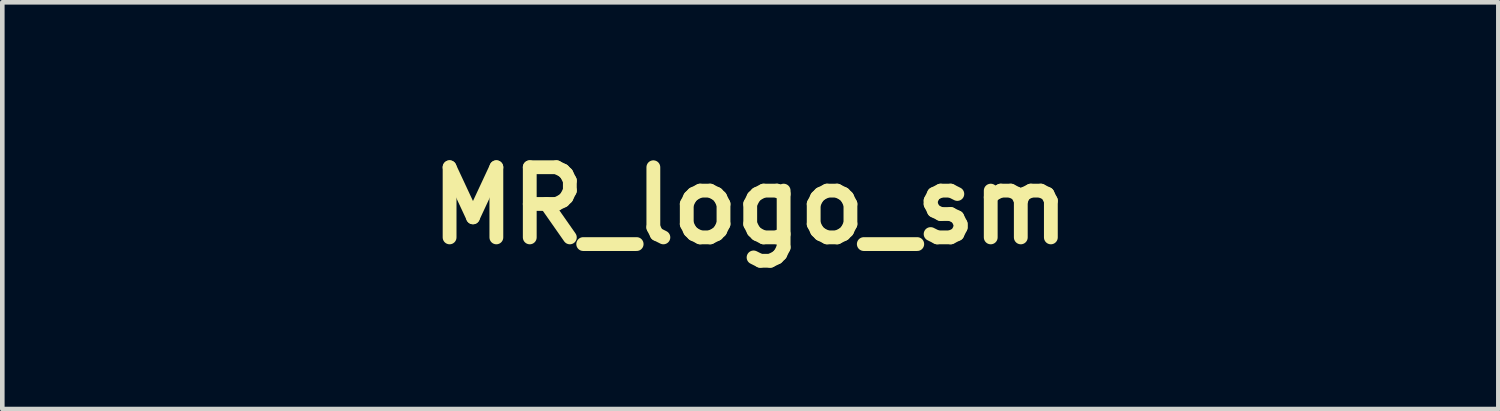
<source format=kicad_pcb>
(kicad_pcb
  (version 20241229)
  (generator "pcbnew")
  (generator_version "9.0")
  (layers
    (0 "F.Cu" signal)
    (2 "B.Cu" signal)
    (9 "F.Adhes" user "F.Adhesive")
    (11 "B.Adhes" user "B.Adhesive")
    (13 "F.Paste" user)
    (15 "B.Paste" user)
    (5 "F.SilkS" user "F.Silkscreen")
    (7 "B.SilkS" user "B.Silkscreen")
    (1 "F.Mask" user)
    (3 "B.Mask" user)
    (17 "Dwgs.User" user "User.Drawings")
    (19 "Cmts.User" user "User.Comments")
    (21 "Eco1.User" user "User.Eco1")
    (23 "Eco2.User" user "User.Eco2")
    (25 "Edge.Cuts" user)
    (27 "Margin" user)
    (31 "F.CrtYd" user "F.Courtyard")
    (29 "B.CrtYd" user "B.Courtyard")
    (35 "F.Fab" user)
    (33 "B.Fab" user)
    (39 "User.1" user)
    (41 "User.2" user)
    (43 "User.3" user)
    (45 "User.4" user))
  (footprint "MR_logo_sm"
    (layer "F.Cu")
    (at 13.249 1.418)
    (property "Reference" "MR_logo_sm" (at 0 0 0) (layer "F.SilkS") (effects (font (size 1.524 1.524) (thickness 0.3))))
    (attr board_only exclude_from_pos_files exclude_from_bom)
    (fp_poly (pts (xy -8.622 -0.887) (xy -8.595 -0.882) (xy -8.57 -0.871) (xy -8.544 -0.854) (xy -8.531 -0.843) (xy -8.505 -0.814) (xy -8.485 -0.78) (xy -8.473 -0.743) (xy -8.469 -0.703) (xy -8.473 -0.665) (xy -8.479 -0.646) (xy -8.499 -0.605) (xy -8.525 -0.572) (xy -8.559 -0.545) (xy -8.58 -0.533) (xy -8.596 -0.527) (xy -8.615 -0.523) (xy -8.639 -0.521) (xy -8.649 -0.52) (xy -8.67 -0.52) (xy -8.688 -0.52) (xy -8.7 -0.521) (xy -8.702 -0.521) (xy -8.747 -0.542) (xy -8.783 -0.569) (xy -8.811 -0.6) (xy -8.831 -0.637) (xy -8.831 -0.639) (xy -8.842 -0.681) (xy -8.844 -0.723) (xy -8.835 -0.763) (xy -8.818 -0.8) (xy -8.791 -0.834) (xy -8.765 -0.856) (xy -8.741 -0.872) (xy -8.717 -0.882) (xy -8.69 -0.887) (xy -8.657 -0.889) (xy -8.655 -0.889)) (stroke (width 0) (type solid)) (fill yes) (layer "F.Mask"))
    (fp_poly (pts (xy 9.971 -0.751) (xy 10.054 -0.751) (xy 10.107 -0.751) (xy 10.604 -0.749) (xy 10.606 -0.573) (xy 10.607 -0.396) (xy 9.977 -0.396) (xy 9.977 -0.147) (xy 10.263 -0.146) (xy 10.549 -0.145) (xy 10.549 0.201) (xy 9.977 0.203) (xy 9.977 0.467) (xy 10.617 0.467) (xy 10.616 0.644) (xy 10.615 0.82) (xy 10.112 0.821) (xy 10.041 0.821) (xy 9.973 0.821) (xy 9.909 0.821) (xy 9.849 0.821) (xy 9.794 0.821) (xy 9.744 0.821) (xy 9.701 0.821) (xy 9.664 0.821) (xy 9.636 0.82) (xy 9.616 0.82) (xy 9.604 0.82) (xy 9.602 0.82) (xy 9.602 0.814) (xy 9.601 0.799) (xy 9.6 0.776) (xy 9.599 0.744) (xy 9.598 0.705) (xy 9.598 0.659) (xy 9.597 0.606) (xy 9.597 0.549) (xy 9.596 0.486) (xy 9.596 0.419) (xy 9.596 0.349) (xy 9.596 0.277) (xy 9.595 0.202) (xy 9.595 0.125) (xy 9.595 0.048) (xy 9.595 -0.029) (xy 9.596 -0.106) (xy 9.596 -0.181) (xy 9.596 -0.255) (xy 9.596 -0.326) (xy 9.597 -0.394) (xy 9.597 -0.457) (xy 9.598 -0.517) (xy 9.598 -0.57) (xy 9.599 -0.618) (xy 9.599 -0.66) (xy 9.6 -0.694) (xy 9.601 -0.72) (xy 9.602 -0.737) (xy 9.603 -0.746) (xy 9.603 -0.746) (xy 9.607 -0.747) (xy 9.618 -0.748) (xy 9.635 -0.749) (xy 9.659 -0.749) (xy 9.69 -0.75) (xy 9.73 -0.75) (xy 9.777 -0.751) (xy 9.832 -0.751) (xy 9.897 -0.751)) (stroke (width 0) (type solid)) (fill yes) (layer "F.Mask"))
    (fp_poly (pts (xy -9.309 -0.518) (xy -9.262 -0.51) (xy -9.216 -0.496) (xy -9.19 -0.486) (xy -9.175 -0.48) (xy -9.16 -0.473) (xy -9.143 -0.464) (xy -9.121 -0.453) (xy -9.098 -0.44) (xy -9.069 -0.421) (xy -9.037 -0.395) (xy -9.004 -0.364) (xy -8.972 -0.331) (xy -8.944 -0.297) (xy -8.929 -0.276) (xy -8.901 -0.227) (xy -8.876 -0.173) (xy -8.857 -0.118) (xy -8.845 -0.066) (xy -8.844 -0.065) (xy -8.842 -0.041) (xy -8.84 -0.009) (xy -8.839 0.026) (xy -8.84 0.061) (xy -8.841 0.094) (xy -8.844 0.121) (xy -8.845 0.127) (xy -8.861 0.194) (xy -8.886 0.259) (xy -8.919 0.321) (xy -8.96 0.378) (xy -9.008 0.43) (xy -9.061 0.476) (xy -9.12 0.514) (xy -9.182 0.546) (xy -9.248 0.568) (xy -9.297 0.579) (xy -9.318 0.581) (xy -9.346 0.583) (xy -9.379 0.583) (xy -9.413 0.583) (xy -9.446 0.582) (xy -9.474 0.581) (xy -9.493 0.579) (xy -9.536 0.569) (xy -9.583 0.553) (xy -9.63 0.533) (xy -9.675 0.509) (xy -9.707 0.489) (xy -9.73 0.471) (xy -9.757 0.448) (xy -9.786 0.42) (xy -9.813 0.392) (xy -9.836 0.365) (xy -9.853 0.343) (xy -9.876 0.304) (xy -9.898 0.261) (xy -9.915 0.218) (xy -9.921 0.2) (xy -9.927 0.18) (xy -9.933 0.162) (xy -9.937 0.15) (xy -9.94 0.137) (xy -9.942 0.117) (xy -9.944 0.091) (xy -9.945 0.061) (xy -9.945 0.03) (xy -9.945 0.001) (xy -9.945 -0.025) (xy -9.943 -0.046) (xy -9.943 -0.051) (xy -9.929 -0.113) (xy -9.91 -0.171) (xy -9.882 -0.231) (xy -9.876 -0.241) (xy -9.838 -0.301) (xy -9.791 -0.355) (xy -9.737 -0.404) (xy -9.676 -0.446) (xy -9.644 -0.464) (xy -9.592 -0.488) (xy -9.54 -0.505) (xy -9.485 -0.516) (xy -9.424 -0.522) (xy -9.416 -0.522) (xy -9.359 -0.522)) (stroke (width 0) (type solid)) (fill yes) (layer "F.Mask"))
    (fp_poly (pts (xy -3.92 -0.718) (xy -3.904 -0.697) (xy -3.888 -0.675) (xy -3.874 -0.656) (xy -3.873 -0.655) (xy -3.865 -0.643) (xy -3.855 -0.629) (xy -3.842 -0.611) (xy -3.825 -0.588) (xy -3.804 -0.56) (xy -3.779 -0.526) (xy -3.748 -0.484) (xy -3.74 -0.473) (xy -3.726 -0.454) (xy -3.712 -0.434) (xy -3.702 -0.421) (xy -3.695 -0.41) (xy -3.682 -0.393) (xy -3.665 -0.37) (xy -3.646 -0.344) (xy -3.625 -0.315) (xy -3.612 -0.297) (xy -3.591 -0.269) (xy -3.572 -0.243) (xy -3.555 -0.22) (xy -3.542 -0.202) (xy -3.533 -0.19) (xy -3.531 -0.186) (xy -3.524 -0.178) (xy -3.514 -0.163) (xy -3.501 -0.145) (xy -3.491 -0.132) (xy -3.475 -0.109) (xy -3.455 -0.082) (xy -3.435 -0.055) (xy -3.423 -0.038) (xy -3.405 -0.014) (xy -3.386 0.011) (xy -3.369 0.034) (xy -3.359 0.048) (xy -3.347 0.064) (xy -3.337 0.078) (xy -3.332 0.087) (xy -3.331 0.089) (xy -3.331 0.084) (xy -3.331 0.071) (xy -3.33 0.049) (xy -3.33 0.018) (xy -3.33 -0.019) (xy -3.329 -0.063) (xy -3.329 -0.113) (xy -3.329 -0.167) (xy -3.328 -0.226) (xy -3.328 -0.289) (xy -3.327 -0.328) (xy -3.325 -0.749) (xy -2.954 -0.749) (xy -2.954 0.82) (xy -3.092 0.822) (xy -3.23 0.823) (xy -3.243 0.807) (xy -3.251 0.797) (xy -3.26 0.785) (xy -3.271 0.771) (xy -3.284 0.753) (xy -3.301 0.73) (xy -3.322 0.702) (xy -3.348 0.667) (xy -3.365 0.643) (xy -3.389 0.611) (xy -3.416 0.573) (xy -3.446 0.532) (xy -3.476 0.491) (xy -3.505 0.451) (xy -3.523 0.428) (xy -3.554 0.385) (xy -3.579 0.35) (xy -3.6 0.321) (xy -3.617 0.298) (xy -3.631 0.28) (xy -3.641 0.265) (xy -3.65 0.253) (xy -3.657 0.243) (xy -3.659 0.241) (xy -3.667 0.23) (xy -3.68 0.212) (xy -3.696 0.189) (xy -3.715 0.163) (xy -3.736 0.135) (xy -3.757 0.107) (xy -3.777 0.079) (xy -3.795 0.055) (xy -3.81 0.034) (xy -3.821 0.02) (xy -3.823 0.017) (xy -3.843 -0.01) (xy -3.848 0.82) (xy -4.031 0.821) (xy -4.073 0.821) (xy -4.112 0.821) (xy -4.147 0.821) (xy -4.177 0.821) (xy -4.2 0.821) (xy -4.214 0.82) (xy -4.22 0.82) (xy -4.221 0.817) (xy -4.222 0.811) (xy -4.223 0.801) (xy -4.223 0.786) (xy -4.224 0.765) (xy -4.224 0.739) (xy -4.225 0.707) (xy -4.225 0.669) (xy -4.226 0.624) (xy -4.226 0.572) (xy -4.226 0.512) (xy -4.226 0.445) (xy -4.226 0.369) (xy -4.226 0.284) (xy -4.227 0.19) (xy -4.227 0.087) (xy -4.227 0.036) (xy -4.227 -0.069) (xy -4.227 -0.164) (xy -4.226 -0.25) (xy -4.226 -0.327) (xy -4.226 -0.396) (xy -4.226 -0.457) (xy -4.226 -0.51) (xy -4.226 -0.557) (xy -4.225 -0.597) (xy -4.225 -0.631) (xy -4.225 -0.66) (xy -4.224 -0.684) (xy -4.224 -0.703) (xy -4.223 -0.718) (xy -4.223 -0.73) (xy -4.222 -0.738) (xy -4.221 -0.744) (xy -4.22 -0.747) (xy -4.219 -0.749) (xy -4.219 -0.749) (xy -4.211 -0.75) (xy -4.196 -0.75) (xy -4.173 -0.751) (xy -4.144 -0.751) (xy -4.11 -0.752) (xy -4.079 -0.752) (xy -3.948 -0.752)) (stroke (width 0) (type solid)) (fill yes) (layer "F.Mask"))
    (fp_poly (pts (xy -12.873 -0.74) (xy -12.865 -0.73) (xy -12.853 -0.712) (xy -12.837 -0.687) (xy -12.817 -0.655) (xy -12.813 -0.648) (xy -12.806 -0.636) (xy -12.795 -0.618) (xy -12.781 -0.596) (xy -12.765 -0.572) (xy -12.759 -0.561) (xy -12.74 -0.533) (xy -12.721 -0.502) (xy -12.702 -0.472) (xy -12.686 -0.446) (xy -12.684 -0.443) (xy -12.67 -0.42) (xy -12.656 -0.398) (xy -12.645 -0.38) (xy -12.638 -0.369) (xy -12.627 -0.352) (xy -12.615 -0.332) (xy -12.609 -0.323) (xy -12.597 -0.304) (xy -12.585 -0.284) (xy -12.579 -0.276) (xy -12.571 -0.263) (xy -12.559 -0.243) (xy -12.545 -0.222) (xy -12.535 -0.206) (xy -12.521 -0.184) (xy -12.507 -0.162) (xy -12.496 -0.145) (xy -12.491 -0.136) (xy -12.48 -0.119) (xy -12.468 -0.099) (xy -12.461 -0.088) (xy -12.452 -0.074) (xy -12.445 -0.064) (xy -12.442 -0.061) (xy -12.438 -0.065) (xy -12.43 -0.075) (xy -12.426 -0.083) (xy -12.418 -0.096) (xy -12.406 -0.116) (xy -12.393 -0.137) (xy -12.385 -0.148) (xy -12.37 -0.172) (xy -12.354 -0.198) (xy -12.339 -0.222) (xy -12.334 -0.229) (xy -12.32 -0.251) (xy -12.305 -0.276) (xy -12.291 -0.297) (xy -12.291 -0.298) (xy -12.279 -0.316) (xy -12.265 -0.339) (xy -12.249 -0.364) (xy -12.24 -0.378) (xy -12.224 -0.404) (xy -12.207 -0.432) (xy -12.19 -0.458) (xy -12.183 -0.469) (xy -12.171 -0.488) (xy -12.16 -0.506) (xy -12.151 -0.519) (xy -12.149 -0.523) (xy -12.144 -0.531) (xy -12.134 -0.547) (xy -12.121 -0.567) (xy -12.106 -0.592) (xy -12.089 -0.619) (xy -12.085 -0.625) (xy -12.068 -0.653) (xy -12.051 -0.68) (xy -12.036 -0.703) (xy -12.025 -0.721) (xy -12.017 -0.732) (xy -12.017 -0.733) (xy -12.003 -0.752) (xy -11.82 -0.751) (xy -11.636 -0.749) (xy -11.633 0.818) (xy -12.009 0.818) (xy -12.009 0.372) (xy -12.009 -0.073) (xy -12.021 -0.057) (xy -12.029 -0.044) (xy -12.041 -0.027) (xy -12.05 -0.012) (xy -12.061 0.005) (xy -12.075 0.028) (xy -12.091 0.054) (xy -12.108 0.08) (xy -12.124 0.106) (xy -12.137 0.128) (xy -12.147 0.144) (xy -12.149 0.146) (xy -12.157 0.159) (xy -12.168 0.176) (xy -12.177 0.191) (xy -12.187 0.208) (xy -12.201 0.23) (xy -12.216 0.254) (xy -12.225 0.268) (xy -12.239 0.289) (xy -12.252 0.31) (xy -12.262 0.326) (xy -12.267 0.334) (xy -12.274 0.345) (xy -12.285 0.363) (xy -12.299 0.385) (xy -12.314 0.409) (xy -12.317 0.414) (xy -12.332 0.438) (xy -12.347 0.461) (xy -12.359 0.481) (xy -12.368 0.495) (xy -12.369 0.497) (xy -12.387 0.526) (xy -12.4 0.547) (xy -12.41 0.562) (xy -12.418 0.571) (xy -12.424 0.576) (xy -12.431 0.578) (xy -12.438 0.578) (xy -12.442 0.578) (xy -12.451 0.577) (xy -12.458 0.575) (xy -12.465 0.571) (xy -12.472 0.562) (xy -12.482 0.549) (xy -12.494 0.53) (xy -12.511 0.504) (xy -12.531 0.471) (xy -12.552 0.437) (xy -12.573 0.403) (xy -12.593 0.372) (xy -12.611 0.344) (xy -12.625 0.322) (xy -12.635 0.306) (xy -12.647 0.288) (xy -12.658 0.27) (xy -12.664 0.259) (xy -12.672 0.246) (xy -12.683 0.228) (xy -12.696 0.209) (xy -12.698 0.206) (xy -12.71 0.186) (xy -12.721 0.168) (xy -12.73 0.154) (xy -12.731 0.152) (xy -12.737 0.141) (xy -12.748 0.124) (xy -12.761 0.103) (xy -12.774 0.084) (xy -12.791 0.057) (xy -12.811 0.026) (xy -12.829 -0.004) (xy -12.838 -0.019) (xy -12.87 -0.071) (xy -12.873 0.818) (xy -13.249 0.818) (xy -13.247 0.034) (xy -13.246 -0.749) (xy -13.065 -0.751) (xy -12.883 -0.752)) (stroke (width 0) (type solid)) (fill yes) (layer "F.Mask"))
    (fp_poly (pts (xy 12.36 -0.749) (xy 12.429 -0.749) (xy 12.488 -0.749) (xy 12.54 -0.749) (xy 12.583 -0.749) (xy 12.62 -0.748) (xy 12.65 -0.748) (xy 12.675 -0.747) (xy 12.696 -0.746) (xy 12.713 -0.745) (xy 12.727 -0.744) (xy 12.739 -0.743) (xy 12.749 -0.741) (xy 12.756 -0.74) (xy 12.813 -0.727) (xy 12.863 -0.711) (xy 12.911 -0.689) (xy 12.958 -0.662) (xy 12.97 -0.654) (xy 13.023 -0.614) (xy 13.071 -0.567) (xy 13.114 -0.515) (xy 13.149 -0.46) (xy 13.176 -0.402) (xy 13.186 -0.373) (xy 13.194 -0.35) (xy 13.199 -0.332) (xy 13.202 -0.317) (xy 13.204 -0.302) (xy 13.206 -0.283) (xy 13.208 -0.261) (xy 13.21 -0.19) (xy 13.203 -0.124) (xy 13.188 -0.062) (xy 13.164 -0.003) (xy 13.131 0.054) (xy 13.126 0.062) (xy 13.099 0.097) (xy 13.068 0.132) (xy 13.034 0.165) (xy 13 0.194) (xy 12.969 0.216) (xy 12.96 0.222) (xy 12.94 0.233) (xy 12.928 0.24) (xy 12.922 0.244) (xy 12.921 0.245) (xy 12.922 0.25) (xy 12.929 0.262) (xy 12.938 0.28) (xy 12.951 0.302) (xy 12.965 0.327) (xy 12.98 0.353) (xy 12.995 0.379) (xy 13.01 0.403) (xy 13.023 0.424) (xy 13.024 0.427) (xy 13.034 0.443) (xy 13.046 0.462) (xy 13.057 0.481) (xy 13.068 0.498) (xy 13.076 0.512) (xy 13.08 0.52) (xy 13.081 0.522) (xy 13.084 0.527) (xy 13.09 0.536) (xy 13.091 0.537) (xy 13.096 0.546) (xy 13.106 0.562) (xy 13.119 0.583) (xy 13.134 0.608) (xy 13.15 0.636) (xy 13.153 0.64) (xy 13.169 0.668) (xy 13.184 0.692) (xy 13.196 0.713) (xy 13.205 0.729) (xy 13.21 0.737) (xy 13.211 0.737) (xy 13.228 0.768) (xy 13.242 0.792) (xy 13.25 0.808) (xy 13.254 0.817) (xy 13.254 0.817) (xy 13.25 0.819) (xy 13.238 0.82) (xy 13.219 0.821) (xy 13.19 0.822) (xy 13.153 0.823) (xy 13.106 0.823) (xy 13.056 0.823) (xy 12.858 0.823) (xy 12.845 0.802) (xy 12.834 0.786) (xy 12.825 0.77) (xy 12.822 0.765) (xy 12.808 0.742) (xy 12.794 0.717) (xy 12.78 0.694) (xy 12.768 0.674) (xy 12.76 0.659) (xy 12.756 0.653) (xy 12.75 0.644) (xy 12.741 0.629) (xy 12.729 0.609) (xy 12.716 0.586) (xy 12.715 0.584) (xy 12.702 0.561) (xy 12.689 0.54) (xy 12.679 0.522) (xy 12.672 0.511) (xy 12.672 0.511) (xy 12.665 0.499) (xy 12.655 0.481) (xy 12.642 0.46) (xy 12.636 0.449) (xy 12.62 0.423) (xy 12.603 0.394) (xy 12.587 0.366) (xy 12.582 0.358) (xy 12.554 0.312) (xy 12.385 0.31) (xy 12.383 0.82) (xy 12.198 0.822) (xy 12.148 0.822) (xy 12.107 0.822) (xy 12.075 0.822) (xy 12.05 0.821) (xy 12.032 0.821) (xy 12.02 0.82) (xy 12.014 0.818) (xy 12.011 0.817) (xy 12.011 0.811) (xy 12.011 0.796) (xy 12.011 0.771) (xy 12.011 0.738) (xy 12.01 0.698) (xy 12.01 0.649) (xy 12.01 0.594) (xy 12.01 0.533) (xy 12.01 0.466) (xy 12.01 0.394) (xy 12.01 0.317) (xy 12.01 0.236) (xy 12.01 0.152) (xy 12.01 0.065) (xy 12.01 0.03) (xy 12.011 -0.406) (xy 12.385 -0.406) (xy 12.385 -0.015) (xy 12.549 -0.016) (xy 12.713 -0.018) (xy 12.737 -0.032) (xy 12.753 -0.043) (xy 12.771 -0.059) (xy 12.786 -0.074) (xy 12.801 -0.092) (xy 12.811 -0.108) (xy 12.819 -0.129) (xy 12.824 -0.144) (xy 12.833 -0.176) (xy 12.836 -0.203) (xy 12.835 -0.229) (xy 12.829 -0.258) (xy 12.825 -0.272) (xy 12.808 -0.313) (xy 12.784 -0.347) (xy 12.753 -0.374) (xy 12.715 -0.393) (xy 12.706 -0.397) (xy 12.696 -0.399) (xy 12.686 -0.402) (xy 12.674 -0.403) (xy 12.658 -0.405) (xy 12.637 -0.405) (xy 12.61 -0.406) (xy 12.576 -0.406) (xy 12.533 -0.406) (xy 12.531 -0.406) (xy 12.385 -0.406) (xy 12.011 -0.406) (xy 12.012 -0.749)) (stroke (width 0) (type solid)) (fill yes) (layer "F.Mask"))
    (fp_poly (pts (xy -1.143 -0.749) (xy -1.074 -0.749) (xy -1.014 -0.749) (xy -0.963 -0.749) (xy -0.92 -0.749) (xy -0.883 -0.748) (xy -0.853 -0.748) (xy -0.828 -0.747) (xy -0.807 -0.746) (xy -0.79 -0.745) (xy -0.776 -0.744) (xy -0.764 -0.743) (xy -0.753 -0.741) (xy -0.747 -0.74) (xy -0.674 -0.722) (xy -0.608 -0.697) (xy -0.547 -0.664) (xy -0.49 -0.623) (xy -0.45 -0.587) (xy -0.407 -0.539) (xy -0.371 -0.489) (xy -0.341 -0.435) (xy -0.317 -0.374) (xy -0.302 -0.327) (xy -0.299 -0.309) (xy -0.296 -0.285) (xy -0.295 -0.256) (xy -0.294 -0.224) (xy -0.293 -0.194) (xy -0.294 -0.167) (xy -0.295 -0.158) (xy -0.304 -0.101) (xy -0.319 -0.049) (xy -0.341 0.002) (xy -0.371 0.053) (xy -0.376 0.061) (xy -0.405 0.098) (xy -0.437 0.135) (xy -0.472 0.169) (xy -0.507 0.198) (xy -0.54 0.22) (xy -0.543 0.222) (xy -0.558 0.23) (xy -0.571 0.237) (xy -0.572 0.238) (xy -0.58 0.244) (xy -0.581 0.251) (xy -0.578 0.256) (xy -0.573 0.265) (xy -0.564 0.282) (xy -0.551 0.303) (xy -0.536 0.328) (xy -0.521 0.355) (xy -0.506 0.381) (xy -0.491 0.404) (xy -0.479 0.424) (xy -0.471 0.438) (xy -0.47 0.439) (xy -0.458 0.459) (xy -0.445 0.481) (xy -0.439 0.49) (xy -0.43 0.506) (xy -0.422 0.519) (xy -0.419 0.524) (xy -0.414 0.533) (xy -0.406 0.547) (xy -0.396 0.564) (xy -0.395 0.565) (xy -0.383 0.584) (xy -0.372 0.604) (xy -0.363 0.617) (xy -0.355 0.632) (xy -0.343 0.651) (xy -0.331 0.671) (xy -0.33 0.673) (xy -0.319 0.693) (xy -0.307 0.713) (xy -0.298 0.728) (xy -0.297 0.729) (xy -0.28 0.758) (xy -0.266 0.782) (xy -0.256 0.801) (xy -0.25 0.813) (xy -0.249 0.817) (xy -0.253 0.819) (xy -0.264 0.82) (xy -0.284 0.821) (xy -0.312 0.822) (xy -0.35 0.823) (xy -0.397 0.823) (xy -0.447 0.823) (xy -0.645 0.823) (xy -0.658 0.802) (xy -0.668 0.786) (xy -0.678 0.77) (xy -0.68 0.765) (xy -0.694 0.742) (xy -0.709 0.717) (xy -0.722 0.694) (xy -0.734 0.674) (xy -0.743 0.659) (xy -0.747 0.653) (xy -0.752 0.644) (xy -0.761 0.629) (xy -0.773 0.609) (xy -0.786 0.586) (xy -0.787 0.584) (xy -0.801 0.561) (xy -0.814 0.54) (xy -0.824 0.522) (xy -0.83 0.511) (xy -0.831 0.511) (xy -0.838 0.498) (xy -0.849 0.48) (xy -0.86 0.461) (xy -0.862 0.457) (xy -0.873 0.438) (xy -0.882 0.423) (xy -0.888 0.413) (xy -0.889 0.411) (xy -0.894 0.404) (xy -0.902 0.39) (xy -0.913 0.372) (xy -0.921 0.358) (xy -0.948 0.312) (xy -1.118 0.31) (xy -1.12 0.82) (xy -1.304 0.822) (xy -1.355 0.822) (xy -1.396 0.822) (xy -1.428 0.822) (xy -1.453 0.821) (xy -1.471 0.821) (xy -1.482 0.82) (xy -1.489 0.818) (xy -1.491 0.817) (xy -1.491 0.811) (xy -1.492 0.796) (xy -1.492 0.771) (xy -1.492 0.738) (xy -1.492 0.698) (xy -1.492 0.649) (xy -1.492 0.594) (xy -1.493 0.533) (xy -1.493 0.466) (xy -1.493 0.394) (xy -1.493 0.317) (xy -1.493 0.236) (xy -1.492 0.152) (xy -1.492 0.065) (xy -1.492 0.03) (xy -1.492 -0.406) (xy -1.118 -0.406) (xy -1.118 -0.015) (xy -0.954 -0.016) (xy -0.79 -0.018) (xy -0.766 -0.032) (xy -0.75 -0.043) (xy -0.732 -0.059) (xy -0.717 -0.074) (xy -0.702 -0.092) (xy -0.692 -0.108) (xy -0.683 -0.129) (xy -0.678 -0.144) (xy -0.67 -0.176) (xy -0.666 -0.203) (xy -0.668 -0.229) (xy -0.674 -0.258) (xy -0.678 -0.272) (xy -0.695 -0.313) (xy -0.719 -0.347) (xy -0.75 -0.374) (xy -0.788 -0.393) (xy -0.797 -0.397) (xy -0.806 -0.399) (xy -0.817 -0.402) (xy -0.829 -0.403) (xy -0.845 -0.405) (xy -0.866 -0.405) (xy -0.893 -0.406) (xy -0.927 -0.406) (xy -0.97 -0.406) (xy -0.972 -0.406) (xy -1.118 -0.406) (xy -1.492 -0.406) (xy -1.491 -0.749)) (stroke (width 0) (type solid)) (fill yes) (layer "F.Mask"))
    (fp_poly (pts (xy 4.955 -0.752) (xy 4.997 -0.752) (xy 5.035 -0.751) (xy 5.07 -0.751) (xy 5.098 -0.75) (xy 5.121 -0.749) (xy 5.135 -0.748) (xy 5.14 -0.748) (xy 5.141 -0.745) (xy 5.141 -0.739) (xy 5.142 -0.728) (xy 5.143 -0.713) (xy 5.143 -0.693) (xy 5.144 -0.667) (xy 5.144 -0.636) (xy 5.144 -0.598) (xy 5.145 -0.553) (xy 5.145 -0.501) (xy 5.145 -0.442) (xy 5.145 -0.374) (xy 5.145 -0.299) (xy 5.145 -0.215) (xy 5.145 -0.121) (xy 5.145 -0.018) (xy 5.145 0.038) (xy 5.144 0.82) (xy 4.864 0.823) (xy 4.803 0.741) (xy 4.784 0.715) (xy 4.766 0.691) (xy 4.751 0.671) (xy 4.74 0.655) (xy 4.734 0.646) (xy 4.733 0.646) (xy 4.726 0.634) (xy 4.714 0.619) (xy 4.705 0.607) (xy 4.695 0.593) (xy 4.681 0.573) (xy 4.664 0.55) (xy 4.646 0.526) (xy 4.641 0.519) (xy 4.622 0.493) (xy 4.603 0.467) (xy 4.586 0.444) (xy 4.572 0.425) (xy 4.569 0.422) (xy 4.56 0.408) (xy 4.545 0.388) (xy 4.526 0.362) (xy 4.505 0.333) (xy 4.482 0.302) (xy 4.459 0.271) (xy 4.433 0.235) (xy 4.405 0.197) (xy 4.378 0.159) (xy 4.351 0.123) (xy 4.328 0.091) (xy 4.315 0.074) (xy 4.297 0.049) (xy 4.281 0.026) (xy 4.267 0.008) (xy 4.258 -0.005) (xy 4.253 -0.011) (xy 4.253 -0.011) (xy 4.252 -0.007) (xy 4.252 0.007) (xy 4.251 0.029) (xy 4.251 0.06) (xy 4.251 0.097) (xy 4.251 0.141) (xy 4.251 0.191) (xy 4.251 0.246) (xy 4.251 0.305) (xy 4.251 0.367) (xy 4.251 0.397) (xy 4.251 0.477) (xy 4.251 0.548) (xy 4.251 0.609) (xy 4.251 0.662) (xy 4.251 0.706) (xy 4.25 0.742) (xy 4.25 0.77) (xy 4.249 0.791) (xy 4.248 0.806) (xy 4.247 0.814) (xy 4.246 0.816) (xy 4.243 0.818) (xy 4.236 0.819) (xy 4.225 0.821) (xy 4.208 0.822) (xy 4.185 0.822) (xy 4.154 0.823) (xy 4.116 0.823) (xy 4.068 0.823) (xy 4.059 0.823) (xy 4.017 0.823) (xy 3.978 0.823) (xy 3.944 0.822) (xy 3.915 0.822) (xy 3.893 0.821) (xy 3.879 0.82) (xy 3.874 0.82) (xy 3.874 0.814) (xy 3.874 0.799) (xy 3.873 0.775) (xy 3.873 0.743) (xy 3.873 0.702) (xy 3.872 0.654) (xy 3.872 0.599) (xy 3.872 0.538) (xy 3.872 0.472) (xy 3.871 0.4) (xy 3.871 0.323) (xy 3.871 0.242) (xy 3.871 0.158) (xy 3.871 0.071) (xy 3.871 0.035) (xy 3.871 -0.747) (xy 3.882 -0.749) (xy 3.89 -0.75) (xy 3.907 -0.751) (xy 3.931 -0.751) (xy 3.961 -0.751) (xy 3.994 -0.751) (xy 4.023 -0.751) (xy 4.153 -0.749) (xy 4.183 -0.708) (xy 4.197 -0.69) (xy 4.214 -0.666) (xy 4.235 -0.638) (xy 4.255 -0.61) (xy 4.27 -0.59) (xy 4.291 -0.56) (xy 4.317 -0.526) (xy 4.344 -0.489) (xy 4.37 -0.453) (xy 4.39 -0.426) (xy 4.41 -0.398) (xy 4.43 -0.371) (xy 4.448 -0.347) (xy 4.462 -0.328) (xy 4.471 -0.314) (xy 4.473 -0.312) (xy 4.484 -0.297) (xy 4.499 -0.277) (xy 4.515 -0.255) (xy 4.525 -0.241) (xy 4.543 -0.217) (xy 4.563 -0.189) (xy 4.582 -0.164) (xy 4.59 -0.153) (xy 4.606 -0.131) (xy 4.622 -0.109) (xy 4.636 -0.09) (xy 4.641 -0.084) (xy 4.651 -0.069) (xy 4.666 -0.049) (xy 4.683 -0.025) (xy 4.701 -0.001) (xy 4.704 0.003) (xy 4.72 0.025) (xy 4.735 0.046) (xy 4.748 0.062) (xy 4.756 0.073) (xy 4.757 0.075) (xy 4.768 0.087) (xy 4.766 -0.325) (xy 4.766 -0.406) (xy 4.766 -0.477) (xy 4.766 -0.539) (xy 4.766 -0.591) (xy 4.766 -0.635) (xy 4.767 -0.671) (xy 4.767 -0.7) (xy 4.768 -0.721) (xy 4.769 -0.735) (xy 4.77 -0.743) (xy 4.771 -0.745) (xy 4.774 -0.747) (xy 4.781 -0.748) (xy 4.793 -0.75) (xy 4.81 -0.75) (xy 4.833 -0.751) (xy 4.864 -0.751) (xy 4.903 -0.752) (xy 4.952 -0.752)) (stroke (width 0) (type solid)) (fill yes) (layer "F.Mask"))
    (fp_poly (pts (xy 7.436 -0.776) (xy 7.469 -0.775) (xy 7.499 -0.772) (xy 7.529 -0.768) (xy 7.561 -0.762) (xy 7.574 -0.76) (xy 7.595 -0.755) (xy 7.619 -0.749) (xy 7.643 -0.742) (xy 7.667 -0.735) (xy 7.686 -0.729) (xy 7.7 -0.724) (xy 7.704 -0.721) (xy 7.712 -0.717) (xy 7.722 -0.714) (xy 7.753 -0.702) (xy 7.79 -0.684) (xy 7.83 -0.661) (xy 7.872 -0.634) (xy 7.912 -0.605) (xy 7.95 -0.575) (xy 7.984 -0.546) (xy 7.991 -0.539) (xy 8.008 -0.521) (xy 8.026 -0.501) (xy 8.043 -0.48) (xy 8.059 -0.46) (xy 8.072 -0.442) (xy 8.082 -0.427) (xy 8.087 -0.418) (xy 8.087 -0.415) (xy 8.081 -0.412) (xy 8.075 -0.408) (xy 8.061 -0.4) (xy 8.054 -0.397) (xy 8.047 -0.393) (xy 8.032 -0.385) (xy 8.011 -0.373) (xy 7.985 -0.359) (xy 7.956 -0.343) (xy 7.932 -0.329) (xy 7.901 -0.312) (xy 7.873 -0.296) (xy 7.849 -0.282) (xy 7.83 -0.271) (xy 7.817 -0.265) (xy 7.813 -0.262) (xy 7.803 -0.257) (xy 7.793 -0.251) (xy 7.779 -0.245) (xy 7.768 -0.246) (xy 7.757 -0.256) (xy 7.751 -0.264) (xy 7.736 -0.282) (xy 7.713 -0.303) (xy 7.687 -0.325) (xy 7.658 -0.345) (xy 7.629 -0.362) (xy 7.626 -0.364) (xy 7.567 -0.39) (xy 7.502 -0.408) (xy 7.433 -0.419) (xy 7.361 -0.42) (xy 7.342 -0.42) (xy 7.31 -0.417) (xy 7.28 -0.414) (xy 7.256 -0.41) (xy 7.237 -0.406) (xy 7.227 -0.402) (xy 7.226 -0.402) (xy 7.218 -0.398) (xy 7.206 -0.394) (xy 7.178 -0.384) (xy 7.145 -0.368) (xy 7.109 -0.345) (xy 7.072 -0.318) (xy 7.062 -0.311) (xy 7.043 -0.293) (xy 7.022 -0.269) (xy 7 -0.242) (xy 6.98 -0.215) (xy 6.964 -0.189) (xy 6.96 -0.181) (xy 6.941 -0.135) (xy 6.926 -0.083) (xy 6.915 -0.03) (xy 6.911 0.023) (xy 6.912 0.067) (xy 6.915 0.1) (xy 6.917 0.125) (xy 6.92 0.144) (xy 6.923 0.159) (xy 6.926 0.173) (xy 6.93 0.185) (xy 6.955 0.246) (xy 6.986 0.299) (xy 7.025 0.347) (xy 7.072 0.39) (xy 7.072 0.39) (xy 7.095 0.408) (xy 7.116 0.422) (xy 7.139 0.435) (xy 7.167 0.449) (xy 7.186 0.458) (xy 7.223 0.471) (xy 7.268 0.482) (xy 7.322 0.489) (xy 7.381 0.492) (xy 7.407 0.493) (xy 7.454 0.492) (xy 7.493 0.49) (xy 7.527 0.486) (xy 7.556 0.481) (xy 7.582 0.474) (xy 7.599 0.469) (xy 7.618 0.461) (xy 7.638 0.453) (xy 7.655 0.446) (xy 7.667 0.44) (xy 7.671 0.437) (xy 7.676 0.433) (xy 7.687 0.425) (xy 7.698 0.417) (xy 7.732 0.391) (xy 7.76 0.361) (xy 7.785 0.325) (xy 7.804 0.291) (xy 7.817 0.264) (xy 7.391 0.264) (xy 7.391 -0.056) (xy 8.204 -0.056) (xy 8.204 0.037) (xy 8.202 0.11) (xy 8.198 0.175) (xy 8.191 0.233) (xy 8.181 0.287) (xy 8.167 0.338) (xy 8.15 0.388) (xy 8.128 0.438) (xy 8.12 0.453) (xy 8.08 0.522) (xy 8.031 0.587) (xy 7.975 0.646) (xy 7.911 0.698) (xy 7.841 0.744) (xy 7.766 0.782) (xy 7.729 0.797) (xy 7.69 0.811) (xy 7.652 0.822) (xy 7.613 0.832) (xy 7.571 0.84) (xy 7.521 0.848) (xy 7.518 0.848) (xy 7.502 0.85) (xy 7.477 0.851) (xy 7.447 0.852) (xy 7.414 0.852) (xy 7.381 0.852) (xy 7.348 0.852) (xy 7.32 0.851) (xy 7.298 0.849) (xy 7.287 0.848) (xy 7.229 0.839) (xy 7.179 0.829) (xy 7.133 0.817) (xy 7.089 0.804) (xy 7.045 0.787) (xy 7.019 0.776) (xy 6.949 0.742) (xy 6.882 0.698) (xy 6.817 0.648) (xy 6.757 0.592) (xy 6.703 0.531) (xy 6.656 0.466) (xy 6.617 0.4) (xy 6.605 0.376) (xy 6.595 0.352) (xy 6.587 0.335) (xy 6.582 0.323) (xy 6.578 0.311) (xy 6.574 0.299) (xy 6.569 0.283) (xy 6.568 0.282) (xy 6.547 0.197) (xy 6.536 0.109) (xy 6.533 0.019) (xy 6.541 -0.073) (xy 6.55 -0.13) (xy 6.57 -0.21) (xy 6.6 -0.288) (xy 6.638 -0.362) (xy 6.685 -0.433) (xy 6.739 -0.499) (xy 6.799 -0.56) (xy 6.866 -0.615) (xy 6.939 -0.663) (xy 7.016 -0.704) (xy 7.098 -0.736) (xy 7.099 -0.737) (xy 7.142 -0.75) (xy 7.185 -0.76) (xy 7.228 -0.767) (xy 7.276 -0.772) (xy 7.33 -0.775) (xy 7.353 -0.776) (xy 7.398 -0.776)) (stroke (width 0) (type solid)) (fill yes) (layer "F.Mask"))
    (fp_poly (pts (xy -6.357 -0.773) (xy -6.302 -0.767) (xy -6.25 -0.757) (xy -6.198 -0.743) (xy -6.146 -0.725) (xy -6.129 -0.719) (xy -6.053 -0.684) (xy -5.98 -0.64) (xy -5.911 -0.588) (xy -5.847 -0.529) (xy -5.789 -0.464) (xy -5.742 -0.401) (xy -5.726 -0.374) (xy -5.707 -0.341) (xy -5.688 -0.304) (xy -5.671 -0.266) (xy -5.669 -0.262) (xy -5.662 -0.243) (xy -5.654 -0.217) (xy -5.645 -0.186) (xy -5.637 -0.153) (xy -5.63 -0.12) (xy -5.629 -0.112) (xy -5.622 -0.063) (xy -5.618 -0.008) (xy -5.617 0.05) (xy -5.619 0.107) (xy -5.625 0.16) (xy -5.628 0.183) (xy -5.634 0.21) (xy -5.64 0.239) (xy -5.648 0.267) (xy -5.655 0.293) (xy -5.661 0.314) (xy -5.667 0.328) (xy -5.669 0.333) (xy -5.673 0.341) (xy -5.678 0.354) (xy -5.679 0.356) (xy -5.688 0.379) (xy -5.703 0.408) (xy -5.721 0.44) (xy -5.742 0.473) (xy -5.764 0.505) (xy -5.779 0.526) (xy -5.794 0.543) (xy -5.813 0.565) (xy -5.835 0.589) (xy -5.859 0.613) (xy -5.882 0.635) (xy -5.902 0.654) (xy -5.918 0.668) (xy -5.921 0.671) (xy -5.95 0.692) (xy -5.973 0.708) (xy -5.994 0.722) (xy -6.016 0.735) (xy -6.035 0.746) (xy -6.059 0.76) (xy -6.077 0.769) (xy -6.089 0.776) (xy -6.1 0.781) (xy -6.109 0.785) (xy -6.12 0.789) (xy -6.132 0.794) (xy -6.168 0.807) (xy -6.202 0.818) (xy -6.239 0.827) (xy -6.279 0.836) (xy -6.326 0.845) (xy -6.347 0.849) (xy -6.363 0.85) (xy -6.386 0.851) (xy -6.415 0.852) (xy -6.447 0.852) (xy -6.48 0.852) (xy -6.511 0.852) (xy -6.538 0.851) (xy -6.559 0.849) (xy -6.568 0.848) (xy -6.633 0.837) (xy -6.687 0.825) (xy -6.731 0.812) (xy -6.765 0.8) (xy -6.777 0.795) (xy -6.784 0.793) (xy -6.785 0.792) (xy -6.792 0.79) (xy -6.806 0.784) (xy -6.825 0.775) (xy -6.847 0.763) (xy -6.87 0.751) (xy -6.891 0.74) (xy -6.91 0.729) (xy -6.923 0.721) (xy -6.929 0.717) (xy -6.934 0.713) (xy -6.946 0.705) (xy -6.961 0.694) (xy -6.962 0.693) (xy -6.976 0.683) (xy -6.995 0.667) (xy -7.017 0.647) (xy -7.041 0.625) (xy -7.062 0.605) (xy -7.108 0.555) (xy -7.148 0.508) (xy -7.181 0.46) (xy -7.21 0.408) (xy -7.233 0.36) (xy -7.24 0.345) (xy -7.243 0.335) (xy -7.244 0.333) (xy -7.246 0.326) (xy -7.251 0.315) (xy -7.251 0.313) (xy -7.259 0.293) (xy -7.267 0.266) (xy -7.275 0.234) (xy -7.282 0.2) (xy -7.287 0.168) (xy -7.29 0.15) (xy -7.293 0.109) (xy -7.295 0.064) (xy -7.295 0.05) (xy -6.918 0.05) (xy -6.916 0.095) (xy -6.911 0.137) (xy -6.907 0.16) (xy -6.889 0.215) (xy -6.863 0.269) (xy -6.829 0.32) (xy -6.789 0.366) (xy -6.743 0.406) (xy -6.694 0.439) (xy -6.668 0.452) (xy -6.637 0.465) (xy -6.609 0.475) (xy -6.582 0.482) (xy -6.555 0.487) (xy -6.524 0.49) (xy -6.487 0.491) (xy -6.443 0.491) (xy -6.441 0.491) (xy -6.407 0.49) (xy -6.381 0.489) (xy -6.361 0.488) (xy -6.345 0.486) (xy -6.33 0.483) (xy -6.316 0.479) (xy -6.308 0.476) (xy -6.253 0.455) (xy -6.204 0.43) (xy -6.161 0.399) (xy -6.13 0.371) (xy -6.086 0.324) (xy -6.052 0.275) (xy -6.026 0.222) (xy -6.008 0.164) (xy -5.998 0.101) (xy -5.995 0.037) (xy -5.995 0.01) (xy -5.997 -0.017) (xy -5.999 -0.044) (xy -6.002 -0.068) (xy -6.006 -0.087) (xy -6.009 -0.098) (xy -6.01 -0.099) (xy -6.013 -0.107) (xy -6.017 -0.119) (xy -6.028 -0.153) (xy -6.046 -0.19) (xy -6.07 -0.228) (xy -6.097 -0.264) (xy -6.124 -0.292) (xy -6.155 -0.32) (xy -6.189 -0.345) (xy -6.224 -0.367) (xy -6.257 -0.384) (xy -6.287 -0.394) (xy -6.299 -0.398) (xy -6.307 -0.402) (xy -6.319 -0.407) (xy -6.34 -0.411) (xy -6.367 -0.415) (xy -6.399 -0.417) (xy -6.434 -0.418) (xy -6.47 -0.418) (xy -6.505 -0.417) (xy -6.538 -0.415) (xy -6.567 -0.412) (xy -6.59 -0.408) (xy -6.604 -0.403) (xy -6.607 -0.402) (xy -6.615 -0.398) (xy -6.627 -0.394) (xy -6.647 -0.387) (xy -6.671 -0.376) (xy -6.697 -0.362) (xy -6.721 -0.348) (xy -6.723 -0.346) (xy -6.776 -0.305) (xy -6.819 -0.261) (xy -6.854 -0.213) (xy -6.882 -0.16) (xy -6.902 -0.1) (xy -6.909 -0.073) (xy -6.915 -0.038) (xy -6.918 0.004) (xy -6.918 0.05) (xy -7.295 0.05) (xy -7.294 0.017) (xy -7.293 -0.029) (xy -7.29 -0.073) (xy -7.285 -0.113) (xy -7.28 -0.147) (xy -7.275 -0.164) (xy -7.257 -0.222) (xy -7.238 -0.272) (xy -7.219 -0.317) (xy -7.198 -0.357) (xy -7.175 -0.396) (xy -7.147 -0.435) (xy -7.128 -0.46) (xy -7.083 -0.512) (xy -7.031 -0.562) (xy -6.973 -0.61) (xy -6.913 -0.652) (xy -6.852 -0.688) (xy -6.82 -0.703) (xy -6.795 -0.715) (xy -6.776 -0.723) (xy -6.76 -0.729) (xy -6.744 -0.734) (xy -6.725 -0.739) (xy -6.711 -0.743) (xy -6.674 -0.753) (xy -6.644 -0.761) (xy -6.619 -0.766) (xy -6.595 -0.77) (xy -6.571 -0.772) (xy -6.544 -0.774) (xy -6.51 -0.775) (xy -6.485 -0.776) (xy -6.417 -0.776)) (stroke (width 0) (type solid)) (fill yes) (layer "F.Mask"))
    (fp_poly (pts (xy 1.729 -0.751) (xy 1.768 -0.751) (xy 1.999 -0.749) (xy 2.014 -0.709) (xy 2.021 -0.689) (xy 2.027 -0.671) (xy 2.032 -0.66) (xy 2.033 -0.658) (xy 2.037 -0.647) (xy 2.042 -0.631) (xy 2.044 -0.625) (xy 2.049 -0.611) (xy 2.055 -0.591) (xy 2.064 -0.566) (xy 2.073 -0.54) (xy 2.075 -0.536) (xy 2.085 -0.505) (xy 2.097 -0.472) (xy 2.108 -0.441) (xy 2.116 -0.417) (xy 2.124 -0.394) (xy 2.131 -0.374) (xy 2.136 -0.359) (xy 2.139 -0.353) (xy 2.142 -0.344) (xy 2.148 -0.328) (xy 2.155 -0.308) (xy 2.159 -0.295) (xy 2.166 -0.273) (xy 2.173 -0.254) (xy 2.178 -0.241) (xy 2.18 -0.236) (xy 2.184 -0.225) (xy 2.19 -0.209) (xy 2.192 -0.203) (xy 2.196 -0.19) (xy 2.203 -0.169) (xy 2.212 -0.145) (xy 2.221 -0.118) (xy 2.222 -0.114) (xy 2.232 -0.088) (xy 2.241 -0.062) (xy 2.248 -0.04) (xy 2.254 -0.024) (xy 2.254 -0.023) (xy 2.259 -0.007) (xy 2.264 0.004) (xy 2.266 0.008) (xy 2.269 0.015) (xy 2.273 0.029) (xy 2.276 0.038) (xy 2.281 0.056) (xy 2.287 0.071) (xy 2.289 0.076) (xy 2.294 0.088) (xy 2.296 0.096) (xy 2.298 0.105) (xy 2.303 0.118) (xy 2.304 0.119) (xy 2.308 0.13) (xy 2.315 0.148) (xy 2.323 0.171) (xy 2.329 0.188) (xy 2.338 0.215) (xy 2.349 0.246) (xy 2.36 0.28) (xy 2.37 0.307) (xy 2.38 0.334) (xy 2.388 0.359) (xy 2.396 0.38) (xy 2.4 0.395) (xy 2.401 0.396) (xy 2.406 0.412) (xy 2.411 0.426) (xy 2.413 0.429) (xy 2.416 0.438) (xy 2.422 0.454) (xy 2.429 0.475) (xy 2.433 0.488) (xy 2.441 0.509) (xy 2.447 0.528) (xy 2.452 0.542) (xy 2.454 0.546) (xy 2.458 0.557) (xy 2.464 0.573) (xy 2.466 0.579) (xy 2.47 0.592) (xy 2.476 0.611) (xy 2.484 0.634) (xy 2.493 0.66) (xy 2.501 0.685) (xy 2.509 0.707) (xy 2.515 0.723) (xy 2.518 0.732) (xy 2.527 0.755) (xy 2.535 0.778) (xy 2.541 0.797) (xy 2.545 0.812) (xy 2.546 0.82) (xy 2.546 0.82) (xy 2.541 0.821) (xy 2.526 0.821) (xy 2.504 0.822) (xy 2.474 0.822) (xy 2.439 0.823) (xy 2.399 0.823) (xy 2.356 0.823) (xy 2.344 0.823) (xy 2.145 0.823) (xy 2.138 0.812) (xy 2.132 0.799) (xy 2.126 0.783) (xy 2.124 0.777) (xy 2.119 0.761) (xy 2.115 0.748) (xy 2.113 0.744) (xy 2.11 0.736) (xy 2.105 0.72) (xy 2.098 0.698) (xy 2.089 0.672) (xy 2.084 0.657) (xy 2.06 0.579) (xy 1.765 0.579) (xy 1.469 0.579) (xy 1.462 0.596) (xy 1.455 0.613) (xy 1.45 0.63) (xy 1.447 0.644) (xy 1.443 0.655) (xy 1.442 0.655) (xy 1.44 0.663) (xy 1.434 0.678) (xy 1.427 0.699) (xy 1.419 0.724) (xy 1.415 0.737) (xy 1.406 0.763) (xy 1.398 0.786) (xy 1.391 0.803) (xy 1.387 0.814) (xy 1.386 0.817) (xy 1.382 0.818) (xy 1.373 0.82) (xy 1.359 0.821) (xy 1.339 0.822) (xy 1.311 0.822) (xy 1.275 0.823) (xy 1.231 0.823) (xy 1.18 0.823) (xy 0.979 0.823) (xy 0.983 0.804) (xy 0.987 0.786) (xy 0.993 0.77) (xy 0.993 0.77) (xy 0.997 0.758) (xy 1.004 0.74) (xy 1.012 0.718) (xy 1.016 0.706) (xy 1.024 0.684) (xy 1.031 0.663) (xy 1.037 0.647) (xy 1.039 0.642) (xy 1.044 0.629) (xy 1.046 0.62) (xy 1.046 0.62) (xy 1.048 0.611) (xy 1.053 0.599) (xy 1.054 0.598) (xy 1.058 0.586) (xy 1.065 0.568) (xy 1.073 0.546) (xy 1.079 0.528) (xy 1.088 0.502) (xy 1.099 0.47) (xy 1.111 0.437) (xy 1.121 0.409) (xy 1.13 0.382) (xy 1.139 0.357) (xy 1.146 0.336) (xy 1.151 0.321) (xy 1.151 0.32) (xy 1.156 0.304) (xy 1.161 0.29) (xy 1.163 0.287) (xy 1.166 0.278) (xy 1.172 0.262) (xy 1.179 0.242) (xy 1.183 0.231) (xy 1.58 0.231) (xy 1.585 0.231) (xy 1.599 0.232) (xy 1.62 0.233) (xy 1.649 0.233) (xy 1.683 0.233) (xy 1.722 0.234) (xy 1.762 0.234) (xy 1.945 0.234) (xy 1.933 0.197) (xy 1.921 0.16) (xy 1.91 0.124) (xy 1.9 0.093) (xy 1.891 0.067) (xy 1.885 0.047) (xy 1.88 0.035) (xy 1.88 0.033) (xy 1.875 0.022) (xy 1.87 0.006) (xy 1.869 0.003) (xy 1.865 -0.013) (xy 1.86 -0.026) (xy 1.859 -0.028) (xy 1.857 -0.035) (xy 1.852 -0.051) (xy 1.844 -0.074) (xy 1.835 -0.102) (xy 1.824 -0.135) (xy 1.812 -0.17) (xy 1.81 -0.176) (xy 1.799 -0.211) (xy 1.788 -0.243) (xy 1.779 -0.27) (xy 1.771 -0.292) (xy 1.765 -0.306) (xy 1.762 -0.312) (xy 1.762 -0.312) (xy 1.759 -0.307) (xy 1.754 -0.293) (xy 1.748 -0.274) (xy 1.74 -0.252) (xy 1.74 -0.25) (xy 1.732 -0.226) (xy 1.724 -0.203) (xy 1.718 -0.185) (xy 1.714 -0.175) (xy 1.709 -0.159) (xy 1.704 -0.142) (xy 1.701 -0.128) (xy 1.697 -0.117) (xy 1.696 -0.117) (xy 1.694 -0.11) (xy 1.689 -0.095) (xy 1.681 -0.073) (xy 1.672 -0.045) (xy 1.661 -0.012) (xy 1.649 0.025) (xy 1.643 0.043) (xy 1.631 0.081) (xy 1.619 0.117) (xy 1.608 0.149) (xy 1.599 0.176) (xy 1.592 0.196) (xy 1.588 0.209) (xy 1.587 0.212) (xy 1.582 0.223) (xy 1.58 0.23) (xy 1.58 0.231) (xy 1.183 0.231) (xy 1.184 0.229) (xy 1.191 0.207) (xy 1.198 0.188) (xy 1.203 0.175) (xy 1.204 0.17) (xy 1.208 0.161) (xy 1.213 0.145) (xy 1.221 0.124) (xy 1.23 0.099) (xy 1.238 0.073) (xy 1.247 0.049) (xy 1.254 0.028) (xy 1.258 0.015) (xy 1.263 -0.001) (xy 1.268 -0.014) (xy 1.27 -0.018) (xy 1.273 -0.027) (xy 1.279 -0.043) (xy 1.286 -0.063) (xy 1.29 -0.076) (xy 1.298 -0.098) (xy 1.304 -0.117) (xy 1.309 -0.13) (xy 1.311 -0.135) (xy 1.315 -0.146) (xy 1.321 -0.161) (xy 1.323 -0.168) (xy 1.327 -0.181) (xy 1.334 -0.201) (xy 1.343 -0.226) (xy 1.352 -0.253) (xy 1.353 -0.257) (xy 1.364 -0.287) (xy 1.376 -0.32) (xy 1.387 -0.352) (xy 1.395 -0.376) (xy 1.402 -0.399) (xy 1.409 -0.419) (xy 1.415 -0.433) (xy 1.417 -0.439) (xy 1.42 -0.448) (xy 1.426 -0.465) (xy 1.433 -0.485) (xy 1.438 -0.498) (xy 1.445 -0.52) (xy 1.452 -0.538) (xy 1.457 -0.552) (xy 1.458 -0.556) (xy 1.463 -0.567) (xy 1.468 -0.583) (xy 1.47 -0.589) (xy 1.48 -0.62) (xy 1.491 -0.651) (xy 1.501 -0.68) (xy 1.511 -0.706) (xy 1.52 -0.727) (xy 1.526 -0.741) (xy 1.53 -0.747) (xy 1.53 -0.748) (xy 1.536 -0.748) (xy 1.552 -0.749) (xy 1.575 -0.75) (xy 1.606 -0.75) (xy 1.642 -0.751) (xy 1.684 -0.751)) (stroke (width 0) (type solid)) (fill yes) (layer "F.Mask")))
  (gr_rect
    (start -3 -3)
    (end 29.502 5.836)
    (stroke (width 0.1) (type default))
    (fill no)
    (layer "Edge.Cuts")))
</source>
